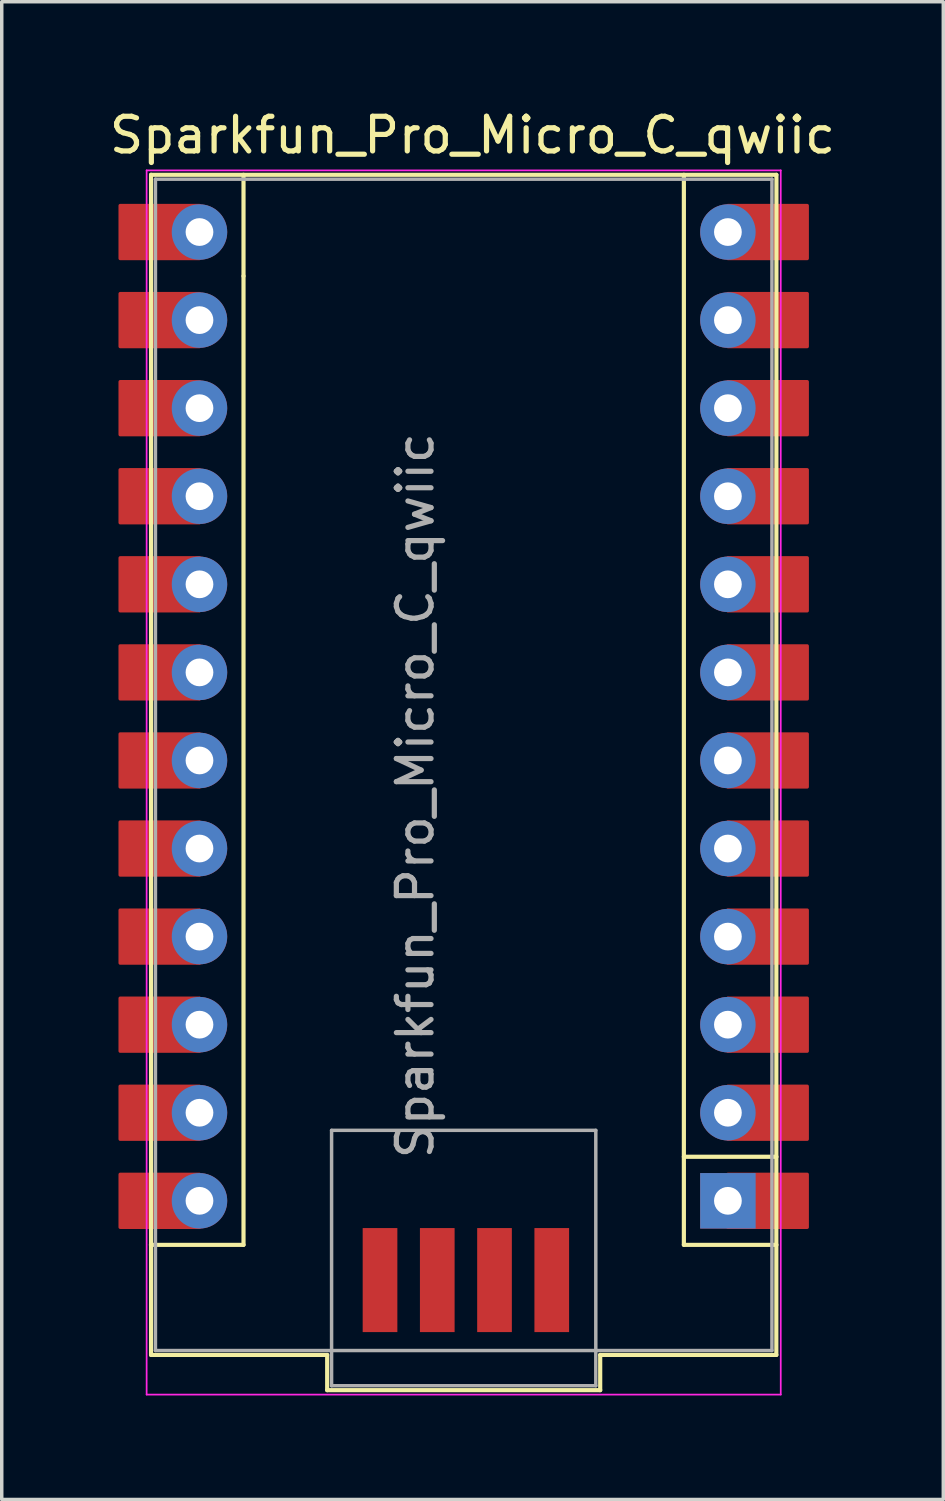
<source format=kicad_pcb>
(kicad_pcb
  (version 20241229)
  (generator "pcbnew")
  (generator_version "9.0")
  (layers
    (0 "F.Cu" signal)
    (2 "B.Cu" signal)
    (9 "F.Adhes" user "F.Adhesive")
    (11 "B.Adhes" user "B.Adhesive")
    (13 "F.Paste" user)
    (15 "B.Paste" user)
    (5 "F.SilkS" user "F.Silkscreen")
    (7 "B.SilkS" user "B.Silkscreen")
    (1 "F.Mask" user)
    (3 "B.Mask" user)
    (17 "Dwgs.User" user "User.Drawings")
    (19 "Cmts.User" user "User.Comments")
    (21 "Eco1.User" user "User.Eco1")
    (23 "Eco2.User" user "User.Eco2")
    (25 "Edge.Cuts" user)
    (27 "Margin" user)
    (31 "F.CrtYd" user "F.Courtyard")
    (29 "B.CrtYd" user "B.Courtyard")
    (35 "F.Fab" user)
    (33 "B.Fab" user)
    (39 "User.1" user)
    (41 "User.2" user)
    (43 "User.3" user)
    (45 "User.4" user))
  (footprint "Sparkfun_Pro_Micro_C_qwiic"
    (layer "F.Cu")
    (at 2.703 3.642)
    (property "Reference" "Sparkfun_Pro_Micro_C_qwiic" (at 7.874 -2.794 0) (layer "F.SilkS") (effects (font (size 1 1) (thickness 0.15))))
    (attr through_hole)
    (fp_poly (pts (xy 0 0.762) (xy -2.286 0.762) (xy -2.286 -0.762) (xy 0 -0.762)) (stroke (width 0.1) (type solid)) (fill yes) (layer "F.Cu"))
    (fp_poly (pts (xy 0 3.302) (xy -2.286 3.302) (xy -2.286 1.778) (xy 0 1.778)) (stroke (width 0.1) (type solid)) (fill yes) (layer "F.Cu"))
    (fp_poly (pts (xy 0 5.842) (xy -2.286 5.842) (xy -2.286 4.318) (xy 0 4.318)) (stroke (width 0.1) (type solid)) (fill yes) (layer "F.Cu"))
    (fp_poly (pts (xy 0 8.382) (xy -2.286 8.382) (xy -2.286 6.858) (xy 0 6.858)) (stroke (width 0.1) (type solid)) (fill yes) (layer "F.Cu"))
    (fp_poly (pts (xy 0 10.922) (xy -2.286 10.922) (xy -2.286 9.398) (xy 0 9.398)) (stroke (width 0.1) (type solid)) (fill yes) (layer "F.Cu"))
    (fp_poly (pts (xy 0 13.462) (xy -2.286 13.462) (xy -2.286 11.938) (xy 0 11.938)) (stroke (width 0.1) (type solid)) (fill yes) (layer "F.Cu"))
    (fp_poly (pts (xy 0 16.002) (xy -2.286 16.002) (xy -2.286 14.478) (xy 0 14.478)) (stroke (width 0.1) (type solid)) (fill yes) (layer "F.Cu"))
    (fp_poly (pts (xy 0 18.542) (xy -2.286 18.542) (xy -2.286 17.018) (xy 0 17.018)) (stroke (width 0.1) (type solid)) (fill yes) (layer "F.Cu"))
    (fp_poly (pts (xy 0 21.082) (xy -2.286 21.082) (xy -2.286 19.558) (xy 0 19.558)) (stroke (width 0.1) (type solid)) (fill yes) (layer "F.Cu"))
    (fp_poly (pts (xy 0 23.622) (xy -2.286 23.622) (xy -2.286 22.098) (xy 0 22.098)) (stroke (width 0.1) (type solid)) (fill yes) (layer "F.Cu"))
    (fp_poly (pts (xy 0 26.162) (xy -2.286 26.162) (xy -2.286 24.638) (xy 0 24.638)) (stroke (width 0.1) (type solid)) (fill yes) (layer "F.Cu"))
    (fp_poly (pts (xy 0 28.702) (xy -2.286 28.702) (xy -2.286 27.178) (xy 0 27.178)) (stroke (width 0.1) (type solid)) (fill yes) (layer "F.Cu"))
    (fp_poly (pts (xy 17.526 0.762) (xy 15.24 0.762) (xy 15.24 -0.762) (xy 17.526 -0.762)) (stroke (width 0.1) (type solid)) (fill yes) (layer "F.Cu"))
    (fp_poly (pts (xy 17.526 3.302) (xy 15.24 3.302) (xy 15.24 1.778) (xy 17.526 1.778)) (stroke (width 0.1) (type solid)) (fill yes) (layer "F.Cu"))
    (fp_poly (pts (xy 17.526 5.842) (xy 15.24 5.842) (xy 15.24 4.318) (xy 17.526 4.318)) (stroke (width 0.1) (type solid)) (fill yes) (layer "F.Cu"))
    (fp_poly (pts (xy 17.526 8.382) (xy 15.24 8.382) (xy 15.24 6.858) (xy 17.526 6.858)) (stroke (width 0.1) (type solid)) (fill yes) (layer "F.Cu"))
    (fp_poly (pts (xy 17.526 10.922) (xy 15.24 10.922) (xy 15.24 9.398) (xy 17.526 9.398)) (stroke (width 0.1) (type solid)) (fill yes) (layer "F.Cu"))
    (fp_poly (pts (xy 17.526 13.462) (xy 15.24 13.462) (xy 15.24 11.938) (xy 17.526 11.938)) (stroke (width 0.1) (type solid)) (fill yes) (layer "F.Cu"))
    (fp_poly (pts (xy 17.526 16.002) (xy 15.24 16.002) (xy 15.24 14.478) (xy 17.526 14.478)) (stroke (width 0.1) (type solid)) (fill yes) (layer "F.Cu"))
    (fp_poly (pts (xy 17.526 18.542) (xy 15.24 18.542) (xy 15.24 17.018) (xy 17.526 17.018)) (stroke (width 0.1) (type solid)) (fill yes) (layer "F.Cu"))
    (fp_poly (pts (xy 17.526 21.082) (xy 15.24 21.082) (xy 15.24 19.558) (xy 17.526 19.558)) (stroke (width 0.1) (type solid)) (fill yes) (layer "F.Cu"))
    (fp_poly (pts (xy 17.526 23.622) (xy 15.24 23.622) (xy 15.24 22.098) (xy 17.526 22.098)) (stroke (width 0.1) (type solid)) (fill yes) (layer "F.Cu"))
    (fp_poly (pts (xy 17.526 26.162) (xy 15.24 26.162) (xy 15.24 24.638) (xy 17.526 24.638)) (stroke (width 0.1) (type solid)) (fill yes) (layer "F.Cu"))
    (fp_poly (pts (xy 17.526 28.702) (xy 15.24 28.702) (xy 15.24 27.178) (xy 17.526 27.178)) (stroke (width 0.1) (type solid)) (fill yes) (layer "F.Cu"))
    (fp_poly (pts (xy 0 0.762) (xy -2.286 0.762) (xy -2.286 -0.762) (xy 0 -0.762)) (stroke (width 0.1) (type solid)) (fill yes) (layer "F.Mask"))
    (fp_poly (pts (xy 0 3.302) (xy -2.286 3.302) (xy -2.286 1.778) (xy 0 1.778)) (stroke (width 0.1) (type solid)) (fill yes) (layer "F.Mask"))
    (fp_poly (pts (xy 0 5.842) (xy -2.286 5.842) (xy -2.286 4.318) (xy 0 4.318)) (stroke (width 0.1) (type solid)) (fill yes) (layer "F.Mask"))
    (fp_poly (pts (xy 0 8.382) (xy -2.286 8.382) (xy -2.286 6.858) (xy 0 6.858)) (stroke (width 0.1) (type solid)) (fill yes) (layer "F.Mask"))
    (fp_poly (pts (xy 0 10.922) (xy -2.286 10.922) (xy -2.286 9.398) (xy 0 9.398)) (stroke (width 0.1) (type solid)) (fill yes) (layer "F.Mask"))
    (fp_poly (pts (xy 0 13.462) (xy -2.286 13.462) (xy -2.286 11.938) (xy 0 11.938)) (stroke (width 0.1) (type solid)) (fill yes) (layer "F.Mask"))
    (fp_poly (pts (xy 0 16.002) (xy -2.286 16.002) (xy -2.286 14.478) (xy 0 14.478)) (stroke (width 0.1) (type solid)) (fill yes) (layer "F.Mask"))
    (fp_poly (pts (xy 0 18.542) (xy -2.286 18.542) (xy -2.286 17.018) (xy 0 17.018)) (stroke (width 0.1) (type solid)) (fill yes) (layer "F.Mask"))
    (fp_poly (pts (xy 0 21.082) (xy -2.286 21.082) (xy -2.286 19.558) (xy 0 19.558)) (stroke (width 0.1) (type solid)) (fill yes) (layer "F.Mask"))
    (fp_poly (pts (xy 0 23.622) (xy -2.286 23.622) (xy -2.286 22.098) (xy 0 22.098)) (stroke (width 0.1) (type solid)) (fill yes) (layer "F.Mask"))
    (fp_poly (pts (xy 0 26.162) (xy -2.286 26.162) (xy -2.286 24.638) (xy 0 24.638)) (stroke (width 0.1) (type solid)) (fill yes) (layer "F.Mask"))
    (fp_poly (pts (xy 0 28.702) (xy -2.286 28.702) (xy -2.286 27.178) (xy 0 27.178)) (stroke (width 0.1) (type solid)) (fill yes) (layer "F.Mask"))
    (fp_poly (pts (xy 17.526 0.762) (xy 15.24 0.762) (xy 15.24 -0.762) (xy 17.526 -0.762)) (stroke (width 0.1) (type solid)) (fill yes) (layer "F.Mask"))
    (fp_poly (pts (xy 17.526 3.302) (xy 15.24 3.302) (xy 15.24 1.778) (xy 17.526 1.778)) (stroke (width 0.1) (type solid)) (fill yes) (layer "F.Mask"))
    (fp_poly (pts (xy 17.526 5.842) (xy 15.24 5.842) (xy 15.24 4.318) (xy 17.526 4.318)) (stroke (width 0.1) (type solid)) (fill yes) (layer "F.Mask"))
    (fp_poly (pts (xy 17.526 8.382) (xy 15.24 8.382) (xy 15.24 6.858) (xy 17.526 6.858)) (stroke (width 0.1) (type solid)) (fill yes) (layer "F.Mask"))
    (fp_poly (pts (xy 17.526 10.922) (xy 15.24 10.922) (xy 15.24 9.398) (xy 17.526 9.398)) (stroke (width 0.1) (type solid)) (fill yes) (layer "F.Mask"))
    (fp_poly (pts (xy 17.526 13.462) (xy 15.24 13.462) (xy 15.24 11.938) (xy 17.526 11.938)) (stroke (width 0.1) (type solid)) (fill yes) (layer "F.Mask"))
    (fp_poly (pts (xy 17.526 16.002) (xy 15.24 16.002) (xy 15.24 14.478) (xy 17.526 14.478)) (stroke (width 0.1) (type solid)) (fill yes) (layer "F.Mask"))
    (fp_poly (pts (xy 17.526 18.542) (xy 15.24 18.542) (xy 15.24 17.018) (xy 17.526 17.018)) (stroke (width 0.1) (type solid)) (fill yes) (layer "F.Mask"))
    (fp_poly (pts (xy 17.526 21.082) (xy 15.24 21.082) (xy 15.24 19.558) (xy 17.526 19.558)) (stroke (width 0.1) (type solid)) (fill yes) (layer "F.Mask"))
    (fp_poly (pts (xy 17.526 23.622) (xy 15.24 23.622) (xy 15.24 22.098) (xy 17.526 22.098)) (stroke (width 0.1) (type solid)) (fill yes) (layer "F.Mask"))
    (fp_poly (pts (xy 17.526 26.162) (xy 15.24 26.162) (xy 15.24 24.638) (xy 17.526 24.638)) (stroke (width 0.1) (type solid)) (fill yes) (layer "F.Mask"))
    (fp_poly (pts (xy 17.526 28.702) (xy 15.24 28.702) (xy 15.24 27.178) (xy 17.526 27.178)) (stroke (width 0.1) (type solid)) (fill yes) (layer "F.Mask"))
    (fp_line (start -1.397 -1.651) (end -1.397 32.385) (stroke (width 0.12) (type solid)) (layer "F.SilkS"))
    (fp_line (start -1.397 32.385) (end 3.683 32.385) (stroke (width 0.12) (type solid)) (layer "F.SilkS"))
    (fp_line (start 1.27 1.27) (end 1.27 -1.651) (stroke (width 0.12) (type solid)) (layer "F.SilkS"))
    (fp_line (start 1.27 1.27) (end 1.27 29.21) (stroke (width 0.12) (type solid)) (layer "F.SilkS"))
    (fp_line (start 1.27 29.21) (end -1.4 29.21) (stroke (width 0.12) (type solid)) (layer "F.SilkS"))
    (fp_line (start 3.683 33.401) (end 3.683 32.385) (stroke (width 0.12) (type solid)) (layer "F.SilkS"))
    (fp_line (start 3.683 33.401) (end 11.557 33.401) (stroke (width 0.12) (type solid)) (layer "F.SilkS"))
    (fp_line (start 11.557 32.385) (end 16.637 32.385) (stroke (width 0.12) (type solid)) (layer "F.SilkS"))
    (fp_line (start 11.557 33.401) (end 11.557 32.385) (stroke (width 0.12) (type solid)) (layer "F.SilkS"))
    (fp_line (start 13.97 -1.651) (end 13.97 29.21) (stroke (width 0.12) (type solid)) (layer "F.SilkS"))
    (fp_line (start 13.97 26.67) (end 16.64 26.67) (stroke (width 0.12) (type solid)) (layer "F.SilkS"))
    (fp_line (start 13.97 29.21) (end 16.64 29.21) (stroke (width 0.12) (type solid)) (layer "F.SilkS"))
    (fp_line (start 16.637 -1.651) (end -1.397 -1.651) (stroke (width 0.12) (type solid)) (layer "F.SilkS"))
    (fp_line (start 16.637 32.385) (end 16.64 -1.651) (stroke (width 0.12) (type solid)) (layer "F.SilkS"))
    (fp_poly (pts (xy 0 0.762) (xy -2.286 0.762) (xy -2.286 -0.762) (xy 0 -0.762)) (stroke (width 0.1) (type solid)) (fill yes) (layer "F.Paste"))
    (fp_poly (pts (xy 0 3.302) (xy -2.286 3.302) (xy -2.286 1.778) (xy 0 1.778)) (stroke (width 0.1) (type solid)) (fill yes) (layer "F.Paste"))
    (fp_poly (pts (xy 0 5.842) (xy -2.286 5.842) (xy -2.286 4.318) (xy 0 4.318)) (stroke (width 0.1) (type solid)) (fill yes) (layer "F.Paste"))
    (fp_poly (pts (xy 0 8.382) (xy -2.286 8.382) (xy -2.286 6.858) (xy 0 6.858)) (stroke (width 0.1) (type solid)) (fill yes) (layer "F.Paste"))
    (fp_poly (pts (xy 0 10.922) (xy -2.286 10.922) (xy -2.286 9.398) (xy 0 9.398)) (stroke (width 0.1) (type solid)) (fill yes) (layer "F.Paste"))
    (fp_poly (pts (xy 0 13.462) (xy -2.286 13.462) (xy -2.286 11.938) (xy 0 11.938)) (stroke (width 0.1) (type solid)) (fill yes) (layer "F.Paste"))
    (fp_poly (pts (xy 0 16.002) (xy -2.286 16.002) (xy -2.286 14.478) (xy 0 14.478)) (stroke (width 0.1) (type solid)) (fill yes) (layer "F.Paste"))
    (fp_poly (pts (xy 0 18.542) (xy -2.286 18.542) (xy -2.286 17.018) (xy 0 17.018)) (stroke (width 0.1) (type solid)) (fill yes) (layer "F.Paste"))
    (fp_poly (pts (xy 0 21.082) (xy -2.286 21.082) (xy -2.286 19.558) (xy 0 19.558)) (stroke (width 0.1) (type solid)) (fill yes) (layer "F.Paste"))
    (fp_poly (pts (xy 0 23.622) (xy -2.286 23.622) (xy -2.286 22.098) (xy 0 22.098)) (stroke (width 0.1) (type solid)) (fill yes) (layer "F.Paste"))
    (fp_poly (pts (xy 0 26.162) (xy -2.286 26.162) (xy -2.286 24.638) (xy 0 24.638)) (stroke (width 0.1) (type solid)) (fill yes) (layer "F.Paste"))
    (fp_poly (pts (xy 0 28.702) (xy -2.286 28.702) (xy -2.286 27.178) (xy 0 27.178)) (stroke (width 0.1) (type solid)) (fill yes) (layer "F.Paste"))
    (fp_poly (pts (xy 17.526 0.762) (xy 15.24 0.762) (xy 15.24 -0.762) (xy 17.526 -0.762)) (stroke (width 0.1) (type solid)) (fill yes) (layer "F.Paste"))
    (fp_poly (pts (xy 17.526 3.302) (xy 15.24 3.302) (xy 15.24 1.778) (xy 17.526 1.778)) (stroke (width 0.1) (type solid)) (fill yes) (layer "F.Paste"))
    (fp_poly (pts (xy 17.526 5.842) (xy 15.24 5.842) (xy 15.24 4.318) (xy 17.526 4.318)) (stroke (width 0.1) (type solid)) (fill yes) (layer "F.Paste"))
    (fp_poly (pts (xy 17.526 8.382) (xy 15.24 8.382) (xy 15.24 6.858) (xy 17.526 6.858)) (stroke (width 0.1) (type solid)) (fill yes) (layer "F.Paste"))
    (fp_poly (pts (xy 17.526 10.922) (xy 15.24 10.922) (xy 15.24 9.398) (xy 17.526 9.398)) (stroke (width 0.1) (type solid)) (fill yes) (layer "F.Paste"))
    (fp_poly (pts (xy 17.526 13.462) (xy 15.24 13.462) (xy 15.24 11.938) (xy 17.526 11.938)) (stroke (width 0.1) (type solid)) (fill yes) (layer "F.Paste"))
    (fp_poly (pts (xy 17.526 16.002) (xy 15.24 16.002) (xy 15.24 14.478) (xy 17.526 14.478)) (stroke (width 0.1) (type solid)) (fill yes) (layer "F.Paste"))
    (fp_poly (pts (xy 17.526 18.542) (xy 15.24 18.542) (xy 15.24 17.018) (xy 17.526 17.018)) (stroke (width 0.1) (type solid)) (fill yes) (layer "F.Paste"))
    (fp_poly (pts (xy 17.526 21.082) (xy 15.24 21.082) (xy 15.24 19.558) (xy 17.526 19.558)) (stroke (width 0.1) (type solid)) (fill yes) (layer "F.Paste"))
    (fp_poly (pts (xy 17.526 23.622) (xy 15.24 23.622) (xy 15.24 22.098) (xy 17.526 22.098)) (stroke (width 0.1) (type solid)) (fill yes) (layer "F.Paste"))
    (fp_poly (pts (xy 17.526 26.162) (xy 15.24 26.162) (xy 15.24 24.638) (xy 17.526 24.638)) (stroke (width 0.1) (type solid)) (fill yes) (layer "F.Paste"))
    (fp_poly (pts (xy 17.526 28.702) (xy 15.24 28.702) (xy 15.24 27.178) (xy 17.526 27.178)) (stroke (width 0.1) (type solid)) (fill yes) (layer "F.Paste"))
    (fp_line (start -1.524 -1.778) (end -1.524 33.528) (stroke (width 0.05) (type solid)) (layer "F.CrtYd"))
    (fp_line (start -1.524 -1.778) (end 16.764 -1.778) (stroke (width 0.05) (type solid)) (layer "F.CrtYd"))
    (fp_line (start 16.764 33.528) (end -1.524 33.528) (stroke (width 0.05) (type solid)) (layer "F.CrtYd"))
    (fp_line (start 16.764 33.528) (end 16.764 -1.778) (stroke (width 0.05) (type solid)) (layer "F.CrtYd"))
    (fp_line (start -1.27 -1.524) (end 16.51 -1.524) (stroke (width 0.1) (type solid)) (layer "F.Fab"))
    (fp_line (start -1.27 32.258) (end -1.27 -1.524) (stroke (width 0.1) (type solid)) (layer "F.Fab"))
    (fp_line (start 3.81 25.908) (end 11.43 25.908) (stroke (width 0.1) (type solid)) (layer "F.Fab"))
    (fp_line (start 3.81 33.274) (end 3.81 25.908) (stroke (width 0.1) (type solid)) (layer "F.Fab"))
    (fp_line (start 11.43 25.908) (end 11.43 33.274) (stroke (width 0.1) (type solid)) (layer "F.Fab"))
    (fp_line (start 11.43 33.274) (end 3.81 33.274) (stroke (width 0.1) (type solid)) (layer "F.Fab"))
    (fp_line (start 16.51 -1.524) (end 16.51 32.258) (stroke (width 0.1) (type solid)) (layer "F.Fab"))
    (fp_line (start 16.51 32.258) (end -1.27 32.258) (stroke (width 0.1) (type solid)) (layer "F.Fab"))
    (fp_text user "${REFERENCE}" (at 6.223 16.256 90) (layer "F.Fab") (effects (font (size 1 1) (thickness 0.15))))
    (pad "1" thru_hole rect (at 15.24 27.94) (size 1.6 1.6) (drill 0.8) (layers "*.Cu" "*.Mask"))
    (pad "2" thru_hole oval (at 15.24 25.4) (size 1.6 1.6) (drill 0.8) (layers "*.Cu" "*.Mask"))
    (pad "3" thru_hole oval (at 15.24 22.86) (size 1.6 1.6) (drill 0.8) (layers "*.Cu" "*.Mask"))
    (pad "4" thru_hole oval (at 15.24 20.32) (size 1.6 1.6) (drill 0.8) (layers "*.Cu" "*.Mask"))
    (pad "5" thru_hole oval (at 15.24 17.78) (size 1.6 1.6) (drill 0.8) (layers "*.Cu" "*.Mask"))
    (pad "6" thru_hole oval (at 15.24 15.24) (size 1.6 1.6) (drill 0.8) (layers "*.Cu" "*.Mask"))
    (pad "7" thru_hole oval (at 15.24 12.7) (size 1.6 1.6) (drill 0.8) (layers "*.Cu" "*.Mask"))
    (pad "8" thru_hole oval (at 15.24 10.16) (size 1.6 1.6) (drill 0.8) (layers "*.Cu" "*.Mask"))
    (pad "9" thru_hole oval (at 15.24 7.62) (size 1.6 1.6) (drill 0.8) (layers "*.Cu" "*.Mask"))
    (pad "10" thru_hole oval (at 15.24 5.08) (size 1.6 1.6) (drill 0.8) (layers "*.Cu" "*.Mask"))
    (pad "11" thru_hole oval (at 15.24 2.54) (size 1.6 1.6) (drill 0.8) (layers "*.Cu" "*.Mask"))
    (pad "12" thru_hole oval (at 15.24 0) (size 1.6 1.6) (drill 0.8) (layers "*.Cu" "*.Mask"))
    (pad "13" thru_hole oval (at 0 0) (size 1.6 1.6) (drill 0.8) (layers "*.Cu" "*.Mask"))
    (pad "14" thru_hole oval (at 0 2.54) (size 1.6 1.6) (drill 0.8) (layers "*.Cu" "*.Mask"))
    (pad "15" thru_hole oval (at 0 5.08) (size 1.6 1.6) (drill 0.8) (layers "*.Cu" "*.Mask"))
    (pad "16" thru_hole oval (at 0 7.62) (size 1.6 1.6) (drill 0.8) (layers "*.Cu" "*.Mask"))
    (pad "17" thru_hole oval (at 0 10.16) (size 1.6 1.6) (drill 0.8) (layers "*.Cu" "*.Mask"))
    (pad "18" thru_hole oval (at 0 12.7) (size 1.6 1.6) (drill 0.8) (layers "*.Cu" "*.Mask"))
    (pad "19" thru_hole oval (at 0 15.24) (size 1.6 1.6) (drill 0.8) (layers "*.Cu" "*.Mask"))
    (pad "20" thru_hole oval (at 0 17.78) (size 1.6 1.6) (drill 0.8) (layers "*.Cu" "*.Mask"))
    (pad "21" thru_hole oval (at 0 20.32) (size 1.6 1.6) (drill 0.8) (layers "*.Cu" "*.Mask"))
    (pad "22" thru_hole oval (at 0 22.86) (size 1.6 1.6) (drill 0.8) (layers "*.Cu" "*.Mask"))
    (pad "23" thru_hole oval (at 0 25.4) (size 1.6 1.6) (drill 0.8) (layers "*.Cu" "*.Mask"))
    (pad "24" thru_hole oval (at 0 27.94) (size 1.6 1.6) (drill 0.8) (layers "*.Cu" "*.Mask"))
    (pad "25" smd rect (at 5.207 30.226) (size 1 3) (layers "F.Cu" "F.Mask" "F.Paste"))
    (pad "26" smd rect (at 6.858 30.226) (size 1 3) (layers "F.Cu" "F.Mask" "F.Paste"))
    (pad "27" smd rect (at 8.509 30.226) (size 1 3) (layers "F.Cu" "F.Mask" "F.Paste"))
    (pad "28" smd rect (at 10.16 30.226) (size 1 3) (layers "F.Cu" "F.Mask" "F.Paste")))
  (gr_rect
    (start -3 -3)
    (end 24.155 40.195)
    (stroke (width 0.1) (type default))
    (fill no)
    (layer "Edge.Cuts")))
</source>
